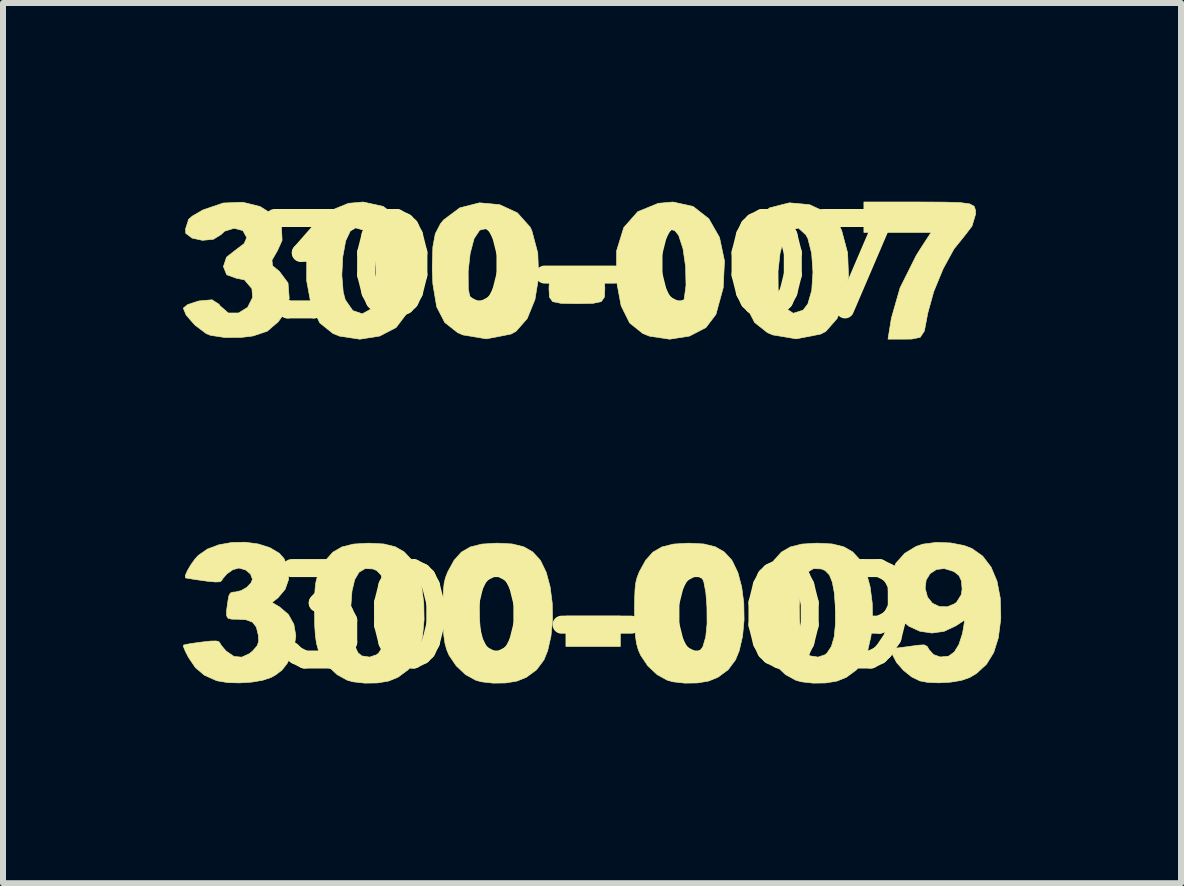
<source format=kicad_pcb>
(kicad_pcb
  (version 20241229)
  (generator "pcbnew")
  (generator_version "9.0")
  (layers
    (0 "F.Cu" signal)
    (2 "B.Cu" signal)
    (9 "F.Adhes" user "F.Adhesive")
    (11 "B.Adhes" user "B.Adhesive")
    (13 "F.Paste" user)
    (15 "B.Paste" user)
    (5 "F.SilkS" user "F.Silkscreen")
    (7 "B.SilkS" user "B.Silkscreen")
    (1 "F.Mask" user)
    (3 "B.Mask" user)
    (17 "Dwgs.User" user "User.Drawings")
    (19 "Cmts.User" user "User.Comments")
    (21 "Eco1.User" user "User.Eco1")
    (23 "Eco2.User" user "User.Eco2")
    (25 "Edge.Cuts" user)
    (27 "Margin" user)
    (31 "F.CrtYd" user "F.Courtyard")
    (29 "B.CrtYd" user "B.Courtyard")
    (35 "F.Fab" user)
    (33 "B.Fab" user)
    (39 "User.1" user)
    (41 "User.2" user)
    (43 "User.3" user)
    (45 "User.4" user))
  (footprint "300-009"
    (layer "F.Cu")
    (at 6.891 7.254)
    (property "Reference" "300-009" (at 0 0 0) (layer "F.SilkS") (effects (font (size 1.524 1.524) (thickness 0.3))))
    (attr through_hole)
    (fp_poly (pts (xy 0.399 0.472) (xy -0.508 0.472) (xy -0.508 -0.036) (xy 0.399 -0.036) (xy 0.399 0.472)) (stroke (width 0.01) (type solid)) (fill yes) (layer "F.SilkS"))
    (fp_poly (pts (xy -3.545 -1.237) (xy -3.353 -1.19) (xy -3.204 -1.105) (xy -3.085 -0.977) (xy -3.068 -0.952) (xy -2.976 -0.761) (xy -2.912 -0.521) (xy -2.877 -0.252) (xy -2.872 0.027) (xy -2.897 0.299) (xy -2.953 0.543) (xy -3.015 0.695) (xy -3.137 0.859) (xy -3.309 0.986) (xy -3.465 1.049) (xy -3.652 1.08) (xy -3.86 1.083) (xy -4.055 1.061) (xy -4.151 1.035) (xy -4.322 0.941) (xy -4.477 0.795) (xy -4.596 0.618) (xy -4.635 0.529) (xy -4.665 0.421) (xy -4.684 0.291) (xy -4.695 0.123) (xy -4.698 -0.1) (xy -4.698 -0.127) (xy -4.698 -0.196) (xy -4.093 -0.196) (xy -4.09 0) (xy -4.071 0.26) (xy -4.032 0.452) (xy -3.975 0.575) (xy -3.911 0.629) (xy -3.781 0.649) (xy -3.664 0.61) (xy -3.63 0.582) (xy -3.558 0.473) (xy -3.511 0.312) (xy -3.489 0.094) (xy -3.491 -0.181) (xy -3.509 -0.422) (xy -3.542 -0.6) (xy -3.591 -0.721) (xy -3.662 -0.794) (xy -3.727 -0.821) (xy -3.855 -0.826) (xy -3.956 -0.766) (xy -4.029 -0.642) (xy -4.074 -0.452) (xy -4.093 -0.196) (xy -4.698 -0.196) (xy -4.696 -0.33) (xy -4.69 -0.478) (xy -4.678 -0.588) (xy -4.656 -0.676) (xy -4.624 -0.759) (xy -4.615 -0.779) (xy -4.512 -0.966) (xy -4.392 -1.1) (xy -4.242 -1.187) (xy -4.05 -1.235) (xy -3.803 -1.25) (xy -3.792 -1.25) (xy -3.545 -1.237)) (stroke (width 0.01) (type solid)) (fill yes) (layer "F.SilkS"))
    (fp_poly (pts (xy -1.404 -1.237) (xy -1.212 -1.19) (xy -1.063 -1.105) (xy -0.944 -0.977) (xy -0.927 -0.952) (xy -0.835 -0.761) (xy -0.771 -0.521) (xy -0.736 -0.252) (xy -0.731 0.027) (xy -0.757 0.299) (xy -0.812 0.543) (xy -0.874 0.695) (xy -0.996 0.859) (xy -1.168 0.986) (xy -1.324 1.049) (xy -1.511 1.08) (xy -1.719 1.083) (xy -1.915 1.061) (xy -2.01 1.035) (xy -2.181 0.941) (xy -2.336 0.795) (xy -2.456 0.618) (xy -2.494 0.529) (xy -2.524 0.421) (xy -2.543 0.291) (xy -2.554 0.123) (xy -2.557 -0.1) (xy -2.557 -0.127) (xy -2.557 -0.196) (xy -1.952 -0.196) (xy -1.949 0) (xy -1.93 0.26) (xy -1.891 0.452) (xy -1.834 0.575) (xy -1.77 0.629) (xy -1.64 0.649) (xy -1.523 0.61) (xy -1.49 0.582) (xy -1.417 0.473) (xy -1.37 0.312) (xy -1.349 0.094) (xy -1.35 -0.181) (xy -1.368 -0.422) (xy -1.401 -0.6) (xy -1.45 -0.721) (xy -1.521 -0.794) (xy -1.586 -0.821) (xy -1.715 -0.826) (xy -1.815 -0.766) (xy -1.888 -0.642) (xy -1.933 -0.452) (xy -1.952 -0.196) (xy -2.557 -0.196) (xy -2.556 -0.33) (xy -2.549 -0.478) (xy -2.537 -0.588) (xy -2.515 -0.676) (xy -2.483 -0.759) (xy -2.474 -0.779) (xy -2.371 -0.966) (xy -2.251 -1.1) (xy -2.101 -1.187) (xy -1.909 -1.235) (xy -1.662 -1.25) (xy -1.651 -1.25) (xy -1.404 -1.237)) (stroke (width 0.01) (type solid)) (fill yes) (layer "F.SilkS"))
    (fp_poly (pts (xy 1.789 -1.237) (xy 1.981 -1.19) (xy 2.13 -1.105) (xy 2.249 -0.977) (xy 2.266 -0.952) (xy 2.358 -0.761) (xy 2.422 -0.521) (xy 2.457 -0.252) (xy 2.462 0.027) (xy 2.437 0.299) (xy 2.381 0.543) (xy 2.319 0.695) (xy 2.197 0.859) (xy 2.025 0.986) (xy 1.869 1.049) (xy 1.682 1.08) (xy 1.474 1.083) (xy 1.279 1.061) (xy 1.183 1.035) (xy 1.012 0.941) (xy 0.857 0.795) (xy 0.738 0.618) (xy 0.699 0.529) (xy 0.669 0.421) (xy 0.65 0.291) (xy 0.639 0.123) (xy 0.636 -0.1) (xy 0.636 -0.127) (xy 0.636 -0.196) (xy 1.241 -0.196) (xy 1.244 0) (xy 1.263 0.26) (xy 1.302 0.452) (xy 1.359 0.575) (xy 1.423 0.629) (xy 1.553 0.649) (xy 1.67 0.61) (xy 1.704 0.582) (xy 1.776 0.473) (xy 1.823 0.312) (xy 1.845 0.094) (xy 1.843 -0.181) (xy 1.825 -0.422) (xy 1.792 -0.6) (xy 1.743 -0.721) (xy 1.672 -0.794) (xy 1.607 -0.821) (xy 1.479 -0.826) (xy 1.378 -0.766) (xy 1.305 -0.642) (xy 1.26 -0.452) (xy 1.241 -0.196) (xy 0.636 -0.196) (xy 0.638 -0.33) (xy 0.644 -0.478) (xy 0.656 -0.588) (xy 0.678 -0.676) (xy 0.71 -0.759) (xy 0.719 -0.779) (xy 0.822 -0.966) (xy 0.942 -1.1) (xy 1.092 -1.187) (xy 1.284 -1.235) (xy 1.531 -1.25) (xy 1.542 -1.25) (xy 1.789 -1.237)) (stroke (width 0.01) (type solid)) (fill yes) (layer "F.SilkS"))
    (fp_poly (pts (xy 3.93 -1.237) (xy 4.122 -1.19) (xy 4.271 -1.105) (xy 4.39 -0.977) (xy 4.407 -0.952) (xy 4.499 -0.761) (xy 4.563 -0.521) (xy 4.598 -0.252) (xy 4.603 0.027) (xy 4.577 0.299) (xy 4.522 0.543) (xy 4.46 0.695) (xy 4.338 0.859) (xy 4.166 0.986) (xy 4.01 1.049) (xy 3.823 1.08) (xy 3.615 1.083) (xy 3.419 1.061) (xy 3.324 1.035) (xy 3.153 0.941) (xy 2.998 0.795) (xy 2.878 0.618) (xy 2.84 0.529) (xy 2.81 0.421) (xy 2.791 0.291) (xy 2.78 0.123) (xy 2.777 -0.1) (xy 2.777 -0.127) (xy 2.777 -0.196) (xy 3.382 -0.196) (xy 3.385 0) (xy 3.404 0.26) (xy 3.443 0.452) (xy 3.5 0.575) (xy 3.564 0.629) (xy 3.694 0.649) (xy 3.811 0.61) (xy 3.844 0.582) (xy 3.917 0.473) (xy 3.964 0.312) (xy 3.985 0.094) (xy 3.984 -0.181) (xy 3.966 -0.422) (xy 3.933 -0.6) (xy 3.884 -0.721) (xy 3.813 -0.794) (xy 3.748 -0.821) (xy 3.619 -0.826) (xy 3.519 -0.766) (xy 3.446 -0.642) (xy 3.401 -0.452) (xy 3.382 -0.196) (xy 2.777 -0.196) (xy 2.778 -0.33) (xy 2.785 -0.478) (xy 2.797 -0.588) (xy 2.819 -0.676) (xy 2.851 -0.759) (xy 2.86 -0.779) (xy 2.963 -0.966) (xy 3.083 -1.1) (xy 3.233 -1.187) (xy 3.425 -1.235) (xy 3.672 -1.25) (xy 3.683 -1.25) (xy 3.93 -1.237)) (stroke (width 0.01) (type solid)) (fill yes) (layer "F.SilkS"))
    (fp_poly (pts (xy 5.904 -1.254) (xy 6.129 -1.211) (xy 6.258 -1.162) (xy 6.438 -1.035) (xy 6.579 -0.851) (xy 6.678 -0.616) (xy 6.732 -0.335) (xy 6.741 -0.012) (xy 6.739 0.024) (xy 6.7 0.327) (xy 6.623 0.573) (xy 6.502 0.769) (xy 6.335 0.922) (xy 6.223 0.989) (xy 6.085 1.037) (xy 5.903 1.067) (xy 5.704 1.078) (xy 5.515 1.069) (xy 5.393 1.046) (xy 5.256 0.98) (xy 5.119 0.87) (xy 5.004 0.739) (xy 4.943 0.624) (xy 4.904 0.512) (xy 5.073 0.49) (xy 5.21 0.472) (xy 5.342 0.454) (xy 5.373 0.45) (xy 5.464 0.445) (xy 5.515 0.472) (xy 5.544 0.523) (xy 5.619 0.607) (xy 5.733 0.647) (xy 5.865 0.634) (xy 5.874 0.631) (xy 5.966 0.564) (xy 6.044 0.437) (xy 6.1 0.263) (xy 6.115 0.188) (xy 6.14 0.03) (xy 5.993 0.127) (xy 5.795 0.22) (xy 5.591 0.248) (xy 5.392 0.218) (xy 5.21 0.135) (xy 5.055 0.007) (xy 4.939 -0.161) (xy 4.873 -0.363) (xy 4.862 -0.494) (xy 4.863 -0.499) (xy 5.48 -0.499) (xy 5.52 -0.35) (xy 5.602 -0.248) (xy 5.719 -0.193) (xy 5.85 -0.19) (xy 5.973 -0.241) (xy 6.007 -0.27) (xy 6.083 -0.392) (xy 6.096 -0.485) (xy 6.085 -0.621) (xy 6.045 -0.709) (xy 5.965 -0.773) (xy 5.948 -0.781) (xy 5.799 -0.827) (xy 5.667 -0.811) (xy 5.563 -0.743) (xy 5.497 -0.636) (xy 5.48 -0.499) (xy 4.863 -0.499) (xy 4.897 -0.717) (xy 4.993 -0.917) (xy 5.14 -1.081) (xy 5.329 -1.196) (xy 5.443 -1.234) (xy 5.665 -1.263) (xy 5.904 -1.254)) (stroke (width 0.01) (type solid)) (fill yes) (layer "F.SilkS"))
    (fp_poly (pts (xy -5.638 -1.237) (xy -5.444 -1.176) (xy -5.289 -1.084) (xy -5.208 -0.995) (xy -5.136 -0.824) (xy -5.13 -0.647) (xy -5.188 -0.481) (xy -5.307 -0.34) (xy -5.315 -0.333) (xy -5.407 -0.261) (xy -5.282 -0.188) (xy -5.134 -0.062) (xy -5.043 0.102) (xy -5.01 0.293) (xy -5.04 0.499) (xy -5.077 0.601) (xy -5.156 0.757) (xy -5.241 0.866) (xy -5.351 0.949) (xy -5.424 0.989) (xy -5.562 1.035) (xy -5.745 1.066) (xy -5.947 1.079) (xy -6.144 1.074) (xy -6.308 1.047) (xy -6.338 1.039) (xy -6.536 0.95) (xy -6.685 0.823) (xy -6.8 0.653) (xy -6.852 0.551) (xy -6.882 0.477) (xy -6.886 0.451) (xy -6.845 0.439) (xy -6.75 0.422) (xy -6.62 0.404) (xy -6.583 0.399) (xy -6.432 0.382) (xy -6.339 0.38) (xy -6.292 0.392) (xy -6.281 0.408) (xy -6.247 0.461) (xy -6.182 0.537) (xy -6.165 0.553) (xy -6.041 0.638) (xy -5.912 0.65) (xy -5.782 0.591) (xy -5.726 0.543) (xy -5.655 0.461) (xy -5.629 0.387) (xy -5.635 0.284) (xy -5.668 0.149) (xy -5.731 0.067) (xy -5.839 0.027) (xy -5.97 0.018) (xy -6.077 0.017) (xy -6.139 0.002) (xy -6.164 -0.04) (xy -6.164 -0.125) (xy -6.145 -0.267) (xy -6.127 -0.37) (xy -6.101 -0.419) (xy -6.052 -0.435) (xy -6.023 -0.435) (xy -5.922 -0.459) (xy -5.824 -0.516) (xy -5.754 -0.591) (xy -5.733 -0.65) (xy -5.765 -0.736) (xy -5.847 -0.804) (xy -5.954 -0.834) (xy -5.964 -0.835) (xy -6.061 -0.807) (xy -6.16 -0.738) (xy -6.233 -0.652) (xy -6.245 -0.626) (xy -6.274 -0.607) (xy -6.348 -0.603) (xy -6.479 -0.615) (xy -6.55 -0.625) (xy -6.686 -0.644) (xy -6.791 -0.661) (xy -6.847 -0.671) (xy -6.851 -0.673) (xy -6.851 -0.714) (xy -6.817 -0.792) (xy -6.76 -0.889) (xy -6.692 -0.984) (xy -6.637 -1.045) (xy -6.485 -1.151) (xy -6.293 -1.223) (xy -6.078 -1.261) (xy -5.854 -1.266) (xy -5.638 -1.237)) (stroke (width 0.01) (type solid)) (fill yes) (layer "F.SilkS")))
  (footprint "300-007"
    (layer "F.Cu")
    (at 6.609 1.418)
    (property "Reference" "300-007" (at 0 0 0) (layer "F.SilkS") (effects (font (size 1.524 1.524) (thickness 0.3))))
    (attr through_hole)
    (fp_poly (pts (xy 0.224 0.089) (xy 0.362 0.117) (xy 0.415 0.191) (xy 0.423 0.335) (xy 0.423 0.339) (xy 0.416 0.484) (xy 0.364 0.559) (xy 0.228 0.588) (xy -0.035 0.593) (xy -0.042 0.593) (xy -0.309 0.588) (xy -0.447 0.56) (xy -0.5 0.486) (xy -0.508 0.343) (xy -0.508 0.339) (xy -0.5 0.193) (xy -0.449 0.118) (xy -0.313 0.089) (xy -0.049 0.085) (xy -0.042 0.085) (xy 0.224 0.089)) (stroke (width 0.01) (type solid)) (fill yes) (layer "F.SilkS"))
    (fp_poly (pts (xy 6.079 -1.099) (xy 6.346 -1.091) (xy 6.503 -1.07) (xy 6.578 -1.03) (xy 6.602 -0.964) (xy 6.604 -0.902) (xy 6.543 -0.699) (xy 6.423 -0.542) (xy 6.242 -0.317) (xy 6.061 0.014) (xy 5.905 0.393) (xy 5.804 0.758) (xy 5.792 0.825) (xy 5.749 1.05) (xy 5.679 1.155) (xy 5.536 1.184) (xy 5.441 1.185) (xy 5.143 1.185) (xy 5.199 0.837) (xy 5.344 0.33) (xy 5.614 -0.211) (xy 5.708 -0.36) (xy 5.861 -0.593) (xy 4.741 -0.593) (xy 4.741 -1.101) (xy 5.673 -1.101) (xy 6.079 -1.099)) (stroke (width 0.01) (type solid)) (fill yes) (layer "F.SilkS"))
    (fp_poly (pts (xy -3.27 -1.027) (xy -3.008 -0.822) (xy -2.831 -0.511) (xy -2.748 -0.119) (xy -2.769 0.328) (xy -2.89 0.772) (xy -3.057 0.992) (xy -3.331 1.134) (xy -3.662 1.186) (xy -3.999 1.135) (xy -4.11 1.09) (xy -4.328 0.915) (xy -4.47 0.628) (xy -4.547 0.213) (xy -4.547 0.12) (xy -3.961 0.12) (xy -3.938 0.401) (xy -3.904 0.529) (xy -3.779 0.709) (xy -3.621 0.763) (xy -3.483 0.688) (xy -3.426 0.567) (xy -3.389 0.289) (xy -3.395 -0.026) (xy -3.438 -0.322) (xy -3.511 -0.544) (xy -3.575 -0.624) (xy -3.732 -0.67) (xy -3.82 -0.617) (xy -3.897 -0.453) (xy -3.946 -0.186) (xy -3.961 0.12) (xy -4.547 0.12) (xy -4.545 -0.288) (xy -4.426 -0.674) (xy -4.194 -0.939) (xy -3.851 -1.079) (xy -3.607 -1.101) (xy -3.27 -1.027)) (stroke (width 0.01) (type solid)) (fill yes) (layer "F.SilkS"))
    (fp_poly (pts (xy 1.894 -1.027) (xy 2.156 -0.822) (xy 2.334 -0.511) (xy 2.417 -0.119) (xy 2.396 0.328) (xy 2.275 0.772) (xy 2.108 0.992) (xy 1.834 1.134) (xy 1.503 1.186) (xy 1.165 1.135) (xy 1.054 1.09) (xy 0.836 0.915) (xy 0.694 0.628) (xy 0.617 0.213) (xy 0.618 0.12) (xy 1.203 0.12) (xy 1.227 0.401) (xy 1.26 0.529) (xy 1.386 0.709) (xy 1.543 0.763) (xy 1.682 0.688) (xy 1.739 0.567) (xy 1.776 0.289) (xy 1.769 -0.026) (xy 1.726 -0.322) (xy 1.654 -0.544) (xy 1.59 -0.624) (xy 1.432 -0.67) (xy 1.345 -0.617) (xy 1.267 -0.453) (xy 1.219 -0.186) (xy 1.203 0.12) (xy 0.618 0.12) (xy 0.619 -0.288) (xy 0.738 -0.674) (xy 0.971 -0.939) (xy 1.313 -1.079) (xy 1.557 -1.101) (xy 1.894 -1.027)) (stroke (width 0.01) (type solid)) (fill yes) (layer "F.SilkS"))
    (fp_poly (pts (xy -1.332 -1.057) (xy -1.035 -0.92) (xy -0.822 -0.682) (xy -0.794 -0.623) (xy -0.695 -0.251) (xy -0.68 0.146) (xy -0.742 0.525) (xy -0.871 0.842) (xy -1.059 1.056) (xy -1.144 1.101) (xy -1.552 1.18) (xy -1.942 1.115) (xy -2.03 1.077) (xy -2.245 0.908) (xy -2.38 0.646) (xy -2.444 0.263) (xy -2.452 0.054) (xy -1.855 0.054) (xy -1.853 0.345) (xy -1.81 0.572) (xy -1.772 0.642) (xy -1.602 0.754) (xy -1.437 0.702) (xy -1.358 0.598) (xy -1.293 0.372) (xy -1.273 0.067) (xy -1.295 -0.245) (xy -1.357 -0.491) (xy -1.392 -0.555) (xy -1.514 -0.666) (xy -1.65 -0.636) (xy -1.667 -0.626) (xy -1.757 -0.49) (xy -1.822 -0.244) (xy -1.855 0.054) (xy -2.452 0.054) (xy -2.454 -0.016) (xy -2.444 -0.351) (xy -2.403 -0.572) (xy -2.318 -0.736) (xy -2.265 -0.802) (xy -1.994 -1.004) (xy -1.667 -1.087) (xy -1.332 -1.057)) (stroke (width 0.01) (type solid)) (fill yes) (layer "F.SilkS"))
    (fp_poly (pts (xy 3.833 -1.057) (xy 4.13 -0.92) (xy 4.343 -0.682) (xy 4.371 -0.623) (xy 4.47 -0.251) (xy 4.485 0.146) (xy 4.423 0.525) (xy 4.294 0.842) (xy 4.106 1.056) (xy 4.02 1.101) (xy 3.613 1.18) (xy 3.223 1.115) (xy 3.134 1.077) (xy 2.92 0.908) (xy 2.785 0.646) (xy 2.72 0.263) (xy 2.713 0.054) (xy 3.31 0.054) (xy 3.312 0.345) (xy 3.355 0.572) (xy 3.393 0.642) (xy 3.563 0.754) (xy 3.727 0.702) (xy 3.807 0.598) (xy 3.872 0.372) (xy 3.892 0.067) (xy 3.87 -0.245) (xy 3.808 -0.491) (xy 3.773 -0.555) (xy 3.65 -0.666) (xy 3.515 -0.636) (xy 3.497 -0.626) (xy 3.407 -0.49) (xy 3.343 -0.244) (xy 3.31 0.054) (xy 2.713 0.054) (xy 2.711 -0.016) (xy 2.721 -0.351) (xy 2.762 -0.572) (xy 2.847 -0.736) (xy 2.9 -0.802) (xy 3.171 -1.004) (xy 3.498 -1.087) (xy 3.833 -1.057)) (stroke (width 0.01) (type solid)) (fill yes) (layer "F.SilkS"))
    (fp_poly (pts (xy -5.325 -1.026) (xy -5.1 -0.885) (xy -4.968 -0.692) (xy -4.957 -0.462) (xy -5.033 -0.292) (xy -5.126 -0.131) (xy -5.116 -0.038) (xy -5.003 0.055) (xy -4.858 0.249) (xy -4.838 0.509) (xy -4.941 0.785) (xy -5.021 0.895) (xy -5.203 1.052) (xy -5.441 1.132) (xy -5.635 1.156) (xy -5.917 1.157) (xy -6.152 1.121) (xy -6.223 1.092) (xy -6.411 0.95) (xy -6.556 0.784) (xy -6.604 0.668) (xy -6.531 0.609) (xy -6.353 0.551) (xy -6.338 0.548) (xy -6.125 0.529) (xy -6.008 0.604) (xy -5.995 0.626) (xy -5.854 0.749) (xy -5.683 0.749) (xy -5.531 0.655) (xy -5.448 0.49) (xy -5.46 0.343) (xy -5.584 0.197) (xy -5.721 0.169) (xy -5.88 0.112) (xy -5.935 -0.024) (xy -5.883 -0.181) (xy -5.736 -0.297) (xy -5.589 -0.408) (xy -5.546 -0.507) (xy -5.611 -0.625) (xy -5.758 -0.663) (xy -5.916 -0.614) (xy -5.973 -0.559) (xy -6.103 -0.479) (xy -6.284 -0.462) (xy -6.457 -0.499) (xy -6.563 -0.579) (xy -6.566 -0.653) (xy -6.524 -0.782) (xy -6.519 -0.809) (xy -6.453 -0.866) (xy -6.29 -0.961) (xy -6.27 -0.971) (xy -5.938 -1.084) (xy -5.614 -1.097) (xy -5.325 -1.026)) (stroke (width 0.01) (type solid)) (fill yes) (layer "F.SilkS")))
  (gr_rect
    (start -3 -3)
    (end 16.636 11.672)
    (stroke (width 0.1) (type default))
    (fill no)
    (layer "Edge.Cuts")))
</source>
